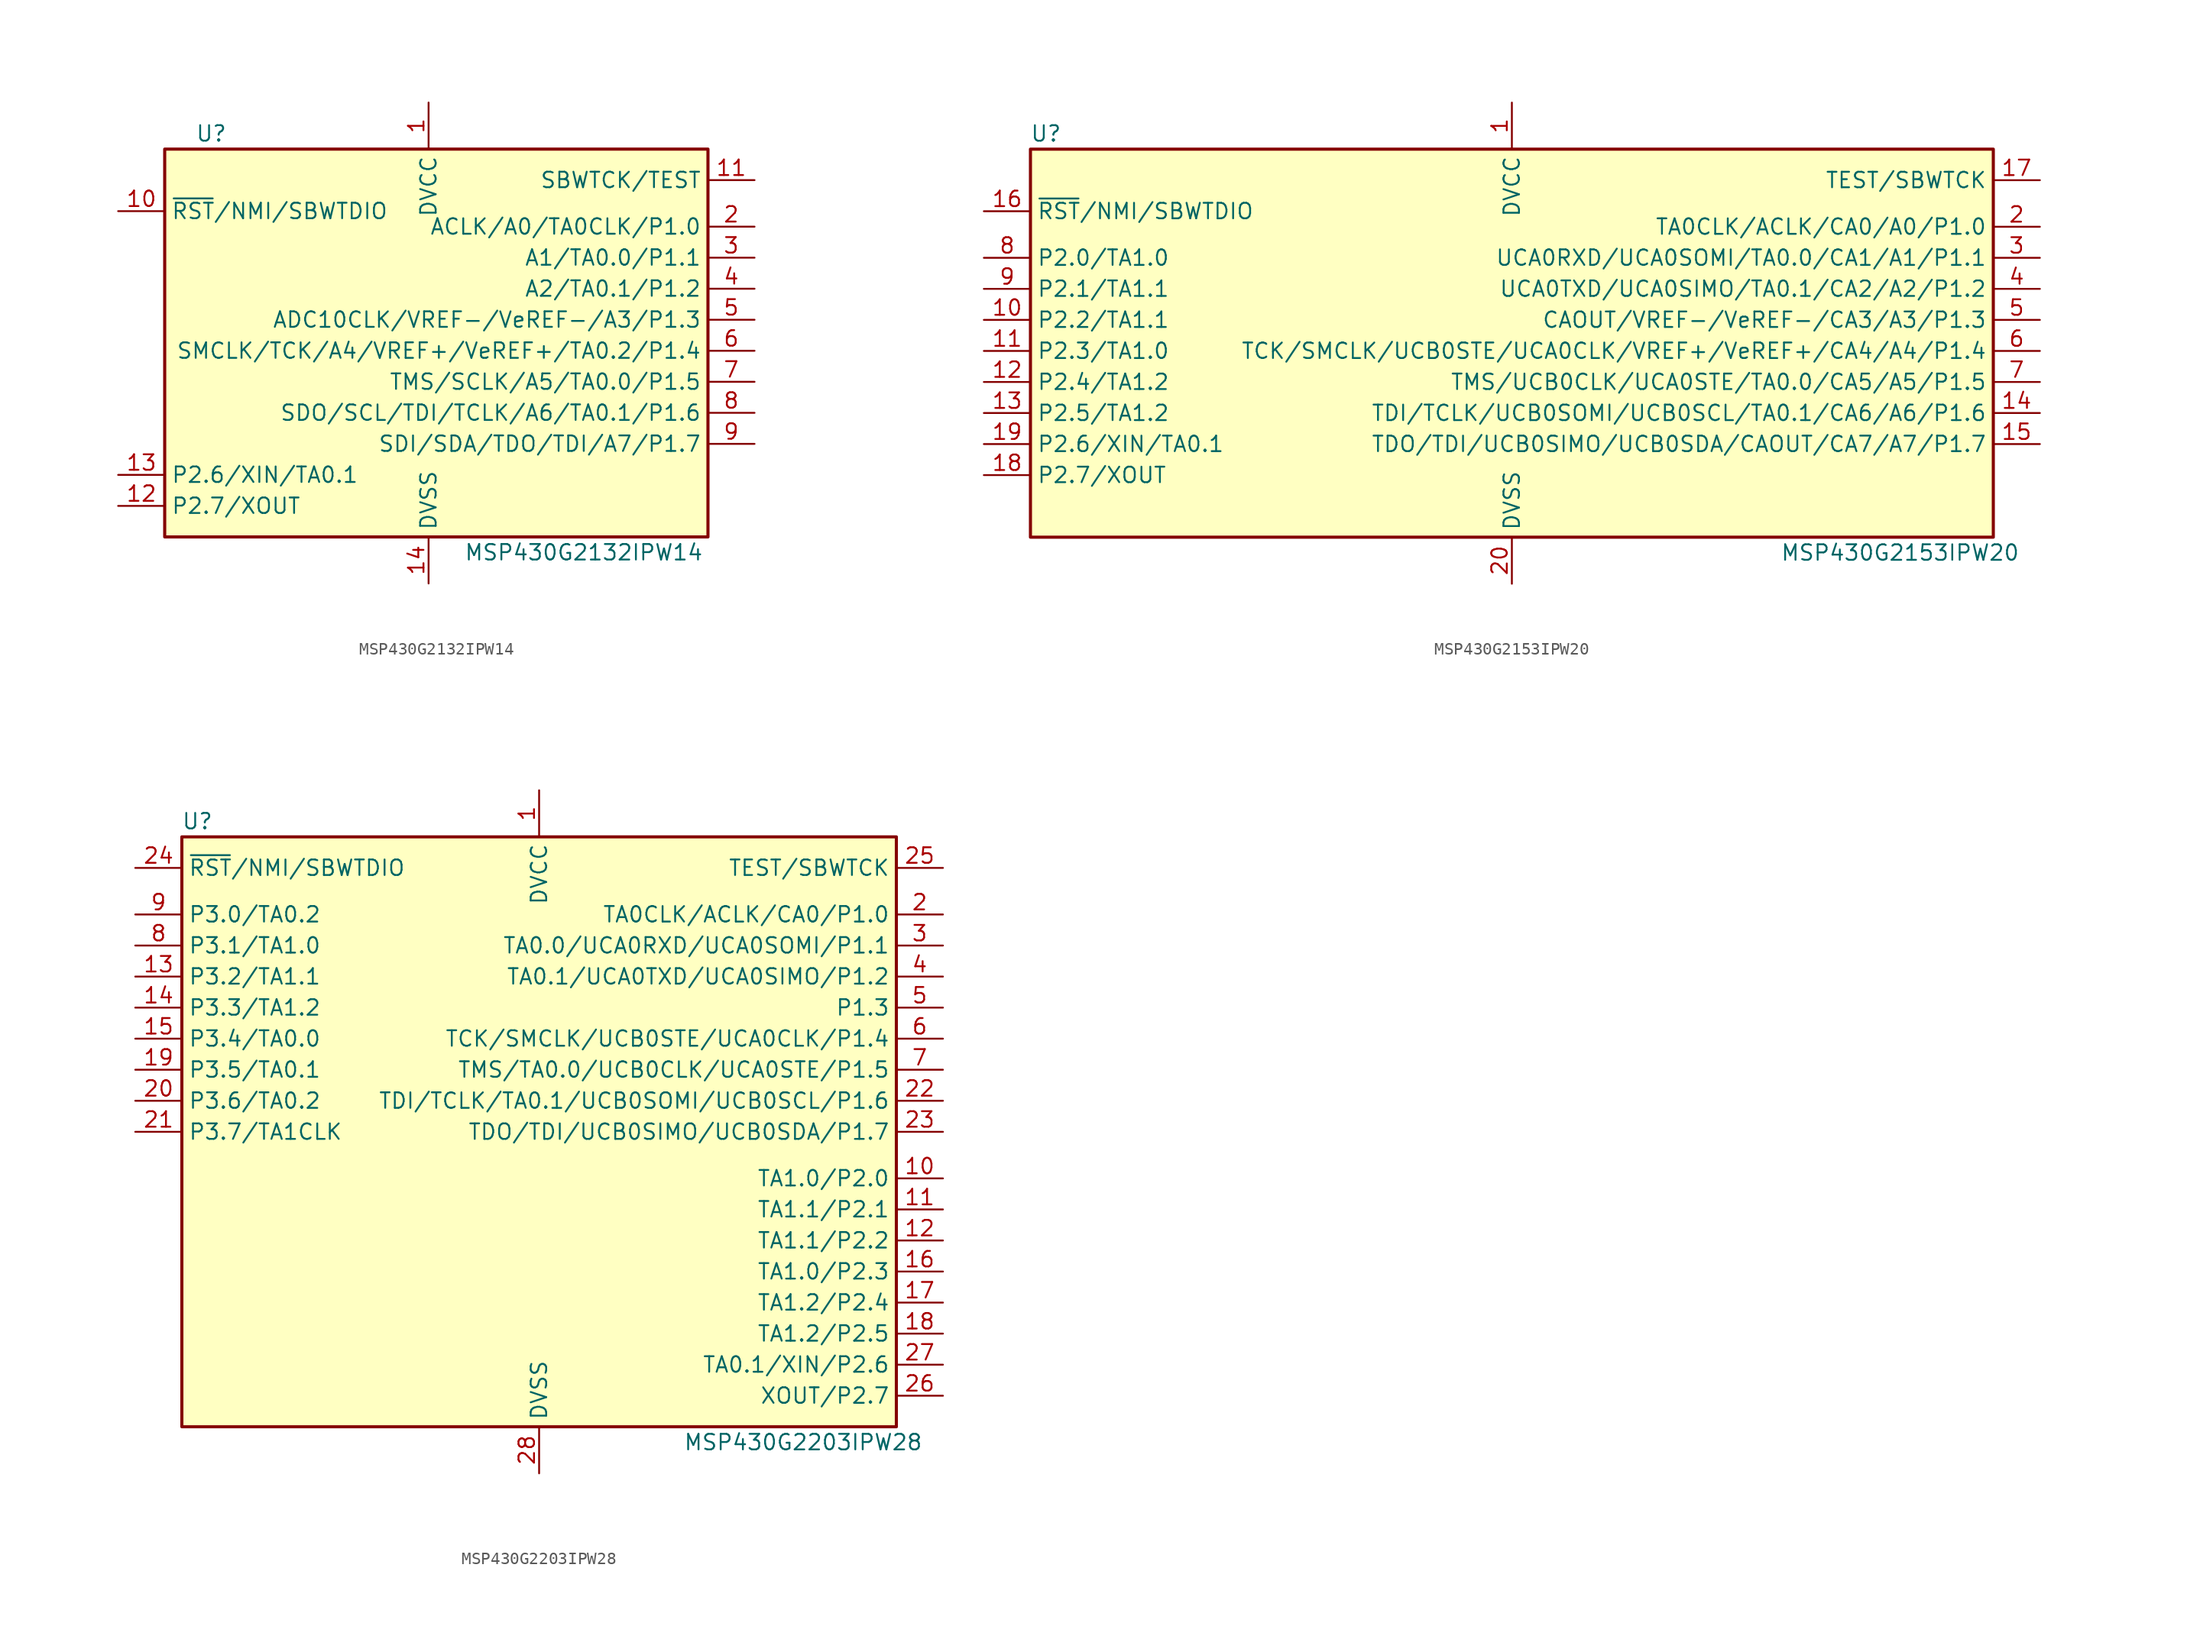
<source format=kicad_sym>
(kicad_symbol_lib
  (version 20241209)
  (generator "kicad_symbol_editor")
  (generator_version "9.0")
  (symbol "MSP430G2132IPW14"
    (property "Reference" "U"
      (at -17.78 17.78 0)
      (effects (font (size 1.27 1.27))))
    (property "Value" "MSP430G2132IPW14"
      (at 12.7 -16.51 0)
      (effects (font (size 1.27 1.27))))
    (symbol "MSP430G2132IPW14_0_1"
      (rectangle (start -21.59 16.51) (end 22.86 -15.24) (stroke (width 0.254) (type default)) (fill (type background))))
    (symbol "MSP430G2132IPW14_1_1"
      (pin input line (at -25.4 11.43 0) (length 3.81) (name "~{RST}/NMI/SBWTDIO" (effects (font (size 1.27 1.27)))) (number "10" (effects (font (size 1.27 1.27)))))
      (pin bidirectional line (at -25.4 -10.16 0) (length 3.81) (name "P2.6/XIN/TA0.1" (effects (font (size 1.27 1.27)))) (number "13" (effects (font (size 1.27 1.27)))))
      (pin bidirectional line (at -25.4 -12.7 0) (length 3.81) (name "P2.7/XOUT" (effects (font (size 1.27 1.27)))) (number "12" (effects (font (size 1.27 1.27)))))
      (pin power_in line (at 0 20.32 270) (length 3.81) (name "DVCC" (effects (font (size 1.27 1.27)))) (number "1" (effects (font (size 1.27 1.27)))))
      (pin power_in line (at 0 -19.05 90) (length 3.81) (name "DVSS" (effects (font (size 1.27 1.27)))) (number "14" (effects (font (size 1.27 1.27)))))
      (pin input line (at 26.67 13.97 180) (length 3.81) (name "SBWTCK/TEST" (effects (font (size 1.27 1.27)))) (number "11" (effects (font (size 1.27 1.27)))))
      (pin bidirectional line (at 26.67 10.16 180) (length 3.81) (name "ACLK/A0/TA0CLK/P1.0" (effects (font (size 1.27 1.27)))) (number "2" (effects (font (size 1.27 1.27)))))
      (pin bidirectional line (at 26.67 7.62 180) (length 3.81) (name "A1/TA0.0/P1.1" (effects (font (size 1.27 1.27)))) (number "3" (effects (font (size 1.27 1.27)))))
      (pin bidirectional line (at 26.67 5.08 180) (length 3.81) (name "A2/TA0.1/P1.2" (effects (font (size 1.27 1.27)))) (number "4" (effects (font (size 1.27 1.27)))))
      (pin bidirectional line (at 26.67 2.54 180) (length 3.81) (name "ADC10CLK/VREF-/VeREF-/A3/P1.3" (effects (font (size 1.27 1.27)))) (number "5" (effects (font (size 1.27 1.27)))))
      (pin bidirectional line (at 26.67 0 180) (length 3.81) (name "SMCLK/TCK/A4/VREF+/VeREF+/TA0.2/P1.4" (effects (font (size 1.27 1.27)))) (number "6" (effects (font (size 1.27 1.27)))))
      (pin bidirectional line (at 26.67 -2.54 180) (length 3.81) (name "TMS/SCLK/A5/TA0.0/P1.5" (effects (font (size 1.27 1.27)))) (number "7" (effects (font (size 1.27 1.27)))))
      (pin bidirectional line (at 26.67 -5.08 180) (length 3.81) (name "SDO/SCL/TDI/TCLK/A6/TA0.1/P1.6" (effects (font (size 1.27 1.27)))) (number "8" (effects (font (size 1.27 1.27)))))
      (pin bidirectional line (at 26.67 -7.62 180) (length 3.81) (name "SDI/SDA/TDO/TDI/A7/P1.7" (effects (font (size 1.27 1.27)))) (number "9" (effects (font (size 1.27 1.27)))))))
  (symbol "MSP430G2153IPW20"
    (property "Reference" "U"
      (at -38.1 17.78 0)
      (effects (font (size 1.27 1.27))))
    (property "Value" "MSP430G2153IPW20"
      (at 31.75 -16.51 0)
      (effects (font (size 1.27 1.27))))
    (symbol "MSP430G2153IPW20_0_1"
      (rectangle (start -39.37 16.51) (end 39.37 -15.24) (stroke (width 0.254) (type default)) (fill (type background))))
    (symbol "MSP430G2153IPW20_1_1"
      (pin input line (at -43.18 11.43 0) (length 3.81) (name "~{RST}/NMI/SBWTDIO" (effects (font (size 1.27 1.27)))) (number "16" (effects (font (size 1.27 1.27)))))
      (pin bidirectional line (at -43.18 7.62 0) (length 3.81) (name "P2.0/TA1.0" (effects (font (size 1.27 1.27)))) (number "8" (effects (font (size 1.27 1.27)))))
      (pin bidirectional line (at -43.18 5.08 0) (length 3.81) (name "P2.1/TA1.1" (effects (font (size 1.27 1.27)))) (number "9" (effects (font (size 1.27 1.27)))))
      (pin bidirectional line (at -43.18 2.54 0) (length 3.81) (name "P2.2/TA1.1" (effects (font (size 1.27 1.27)))) (number "10" (effects (font (size 1.27 1.27)))))
      (pin bidirectional line (at -43.18 0 0) (length 3.81) (name "P2.3/TA1.0" (effects (font (size 1.27 1.27)))) (number "11" (effects (font (size 1.27 1.27)))))
      (pin bidirectional line (at -43.18 -2.54 0) (length 3.81) (name "P2.4/TA1.2" (effects (font (size 1.27 1.27)))) (number "12" (effects (font (size 1.27 1.27)))))
      (pin bidirectional line (at -43.18 -5.08 0) (length 3.81) (name "P2.5/TA1.2" (effects (font (size 1.27 1.27)))) (number "13" (effects (font (size 1.27 1.27)))))
      (pin bidirectional line (at -43.18 -7.62 0) (length 3.81) (name "P2.6/XIN/TA0.1" (effects (font (size 1.27 1.27)))) (number "19" (effects (font (size 1.27 1.27)))))
      (pin bidirectional line (at -43.18 -10.16 0) (length 3.81) (name "P2.7/XOUT" (effects (font (size 1.27 1.27)))) (number "18" (effects (font (size 1.27 1.27)))))
      (pin power_in line (at 0 20.32 270) (length 3.81) (name "DVCC" (effects (font (size 1.27 1.27)))) (number "1" (effects (font (size 1.27 1.27)))))
      (pin power_in line (at 0 -19.05 90) (length 3.81) (name "DVSS" (effects (font (size 1.27 1.27)))) (number "20" (effects (font (size 1.27 1.27)))))
      (pin input line (at 43.18 13.97 180) (length 3.81) (name "TEST/SBWTCK" (effects (font (size 1.27 1.27)))) (number "17" (effects (font (size 1.27 1.27)))))
      (pin bidirectional line (at 43.18 10.16 180) (length 3.81) (name "TA0CLK/ACLK/CA0/A0/P1.0" (effects (font (size 1.27 1.27)))) (number "2" (effects (font (size 1.27 1.27)))))
      (pin bidirectional line (at 43.18 7.62 180) (length 3.81) (name "UCA0RXD/UCA0SOMI/TA0.0/CA1/A1/P1.1" (effects (font (size 1.27 1.27)))) (number "3" (effects (font (size 1.27 1.27)))))
      (pin bidirectional line (at 43.18 5.08 180) (length 3.81) (name "UCA0TXD/UCA0SIMO/TA0.1/CA2/A2/P1.2" (effects (font (size 1.27 1.27)))) (number "4" (effects (font (size 1.27 1.27)))))
      (pin bidirectional line (at 43.18 2.54 180) (length 3.81) (name "CAOUT/VREF-/VeREF-/CA3/A3/P1.3" (effects (font (size 1.27 1.27)))) (number "5" (effects (font (size 1.27 1.27)))))
      (pin bidirectional line (at 43.18 0 180) (length 3.81) (name "TCK/SMCLK/UCB0STE/UCA0CLK/VREF+/VeREF+/CA4/A4/P1.4" (effects (font (size 1.27 1.27)))) (number "6" (effects (font (size 1.27 1.27)))))
      (pin bidirectional line (at 43.18 -2.54 180) (length 3.81) (name "TMS/UCB0CLK/UCA0STE/TA0.0/CA5/A5/P1.5" (effects (font (size 1.27 1.27)))) (number "7" (effects (font (size 1.27 1.27)))))
      (pin bidirectional line (at 43.18 -5.08 180) (length 3.81) (name "TDI/TCLK/UCB0SOMI/UCB0SCL/TA0.1/CA6/A6/P1.6" (effects (font (size 1.27 1.27)))) (number "14" (effects (font (size 1.27 1.27)))))
      (pin bidirectional line (at 43.18 -7.62 180) (length 3.81) (name "TDO/TDI/UCB0SIMO/UCB0SDA/CAOUT/CA7/A7/P1.7" (effects (font (size 1.27 1.27)))) (number "15" (effects (font (size 1.27 1.27)))))))
  (symbol "MSP430G2203IPW28"
    (property "Reference" "U"
      (at -27.94 25.4 0)
      (effects (font (size 1.27 1.27))))
    (property "Value" "MSP430G2203IPW28"
      (at 21.59 -25.4 0)
      (effects (font (size 1.27 1.27))))
    (symbol "MSP430G2203IPW28_0_1"
      (rectangle (start -29.21 24.13) (end 29.21 -24.13) (stroke (width 0.254) (type default)) (fill (type background))))
    (symbol "MSP430G2203IPW28_1_1"
      (pin input line (at -33.02 21.59 0) (length 3.81) (name "~{RST}/NMI/SBWTDIO" (effects (font (size 1.27 1.27)))) (number "24" (effects (font (size 1.27 1.27)))))
      (pin bidirectional line (at -33.02 17.78 0) (length 3.81) (name "P3.0/TA0.2" (effects (font (size 1.27 1.27)))) (number "9" (effects (font (size 1.27 1.27)))))
      (pin bidirectional line (at -33.02 15.24 0) (length 3.81) (name "P3.1/TA1.0" (effects (font (size 1.27 1.27)))) (number "8" (effects (font (size 1.27 1.27)))))
      (pin bidirectional line (at -33.02 12.7 0) (length 3.81) (name "P3.2/TA1.1" (effects (font (size 1.27 1.27)))) (number "13" (effects (font (size 1.27 1.27)))))
      (pin bidirectional line (at -33.02 10.16 0) (length 3.81) (name "P3.3/TA1.2" (effects (font (size 1.27 1.27)))) (number "14" (effects (font (size 1.27 1.27)))))
      (pin bidirectional line (at -33.02 7.62 0) (length 3.81) (name "P3.4/TA0.0" (effects (font (size 1.27 1.27)))) (number "15" (effects (font (size 1.27 1.27)))))
      (pin bidirectional line (at -33.02 5.08 0) (length 3.81) (name "P3.5/TA0.1" (effects (font (size 1.27 1.27)))) (number "19" (effects (font (size 1.27 1.27)))))
      (pin bidirectional line (at -33.02 2.54 0) (length 3.81) (name "P3.6/TA0.2" (effects (font (size 1.27 1.27)))) (number "20" (effects (font (size 1.27 1.27)))))
      (pin bidirectional line (at -33.02 0 0) (length 3.81) (name "P3.7/TA1CLK" (effects (font (size 1.27 1.27)))) (number "21" (effects (font (size 1.27 1.27)))))
      (pin power_in line (at 0 27.94 270) (length 3.81) (name "DVCC" (effects (font (size 1.27 1.27)))) (number "1" (effects (font (size 1.27 1.27)))))
      (pin power_in line (at 0 -27.94 90) (length 3.81) (name "DVSS" (effects (font (size 1.27 1.27)))) (number "28" (effects (font (size 1.27 1.27)))))
      (pin input line (at 33.02 21.59 180) (length 3.81) (name "TEST/SBWTCK" (effects (font (size 1.27 1.27)))) (number "25" (effects (font (size 1.27 1.27)))))
      (pin bidirectional line (at 33.02 17.78 180) (length 3.81) (name "TA0CLK/ACLK/CA0/P1.0" (effects (font (size 1.27 1.27)))) (number "2" (effects (font (size 1.27 1.27)))))
      (pin bidirectional line (at 33.02 15.24 180) (length 3.81) (name "TA0.0/UCA0RXD/UCA0SOMI/P1.1" (effects (font (size 1.27 1.27)))) (number "3" (effects (font (size 1.27 1.27)))))
      (pin bidirectional line (at 33.02 12.7 180) (length 3.81) (name "TA0.1/UCA0TXD/UCA0SIMO/P1.2" (effects (font (size 1.27 1.27)))) (number "4" (effects (font (size 1.27 1.27)))))
      (pin bidirectional line (at 33.02 10.16 180) (length 3.81) (name "P1.3" (effects (font (size 1.27 1.27)))) (number "5" (effects (font (size 1.27 1.27)))))
      (pin bidirectional line (at 33.02 7.62 180) (length 3.81) (name "TCK/SMCLK/UCB0STE/UCA0CLK/P1.4" (effects (font (size 1.27 1.27)))) (number "6" (effects (font (size 1.27 1.27)))))
      (pin bidirectional line (at 33.02 5.08 180) (length 3.81) (name "TMS/TA0.0/UCB0CLK/UCA0STE/P1.5" (effects (font (size 1.27 1.27)))) (number "7" (effects (font (size 1.27 1.27)))))
      (pin bidirectional line (at 33.02 2.54 180) (length 3.81) (name "TDI/TCLK/TA0.1/UCB0SOMI/UCB0SCL/P1.6" (effects (font (size 1.27 1.27)))) (number "22" (effects (font (size 1.27 1.27)))))
      (pin bidirectional line (at 33.02 0 180) (length 3.81) (name "TDO/TDI/UCB0SIMO/UCB0SDA/P1.7" (effects (font (size 1.27 1.27)))) (number "23" (effects (font (size 1.27 1.27)))))
      (pin bidirectional line (at 33.02 -3.81 180) (length 3.81) (name "TA1.0/P2.0" (effects (font (size 1.27 1.27)))) (number "10" (effects (font (size 1.27 1.27)))))
      (pin bidirectional line (at 33.02 -6.35 180) (length 3.81) (name "TA1.1/P2.1" (effects (font (size 1.27 1.27)))) (number "11" (effects (font (size 1.27 1.27)))))
      (pin bidirectional line (at 33.02 -8.89 180) (length 3.81) (name "TA1.1/P2.2" (effects (font (size 1.27 1.27)))) (number "12" (effects (font (size 1.27 1.27)))))
      (pin bidirectional line (at 33.02 -11.43 180) (length 3.81) (name "TA1.0/P2.3" (effects (font (size 1.27 1.27)))) (number "16" (effects (font (size 1.27 1.27)))))
      (pin bidirectional line (at 33.02 -13.97 180) (length 3.81) (name "TA1.2/P2.4" (effects (font (size 1.27 1.27)))) (number "17" (effects (font (size 1.27 1.27)))))
      (pin bidirectional line (at 33.02 -16.51 180) (length 3.81) (name "TA1.2/P2.5" (effects (font (size 1.27 1.27)))) (number "18" (effects (font (size 1.27 1.27)))))
      (pin bidirectional line (at 33.02 -19.05 180) (length 3.81) (name "TA0.1/XIN/P2.6" (effects (font (size 1.27 1.27)))) (number "27" (effects (font (size 1.27 1.27)))))
      (pin bidirectional line (at 33.02 -21.59 180) (length 3.81) (name "XOUT/P2.7" (effects (font (size 1.27 1.27)))) (number "26" (effects (font (size 1.27 1.27))))))))
</source>
